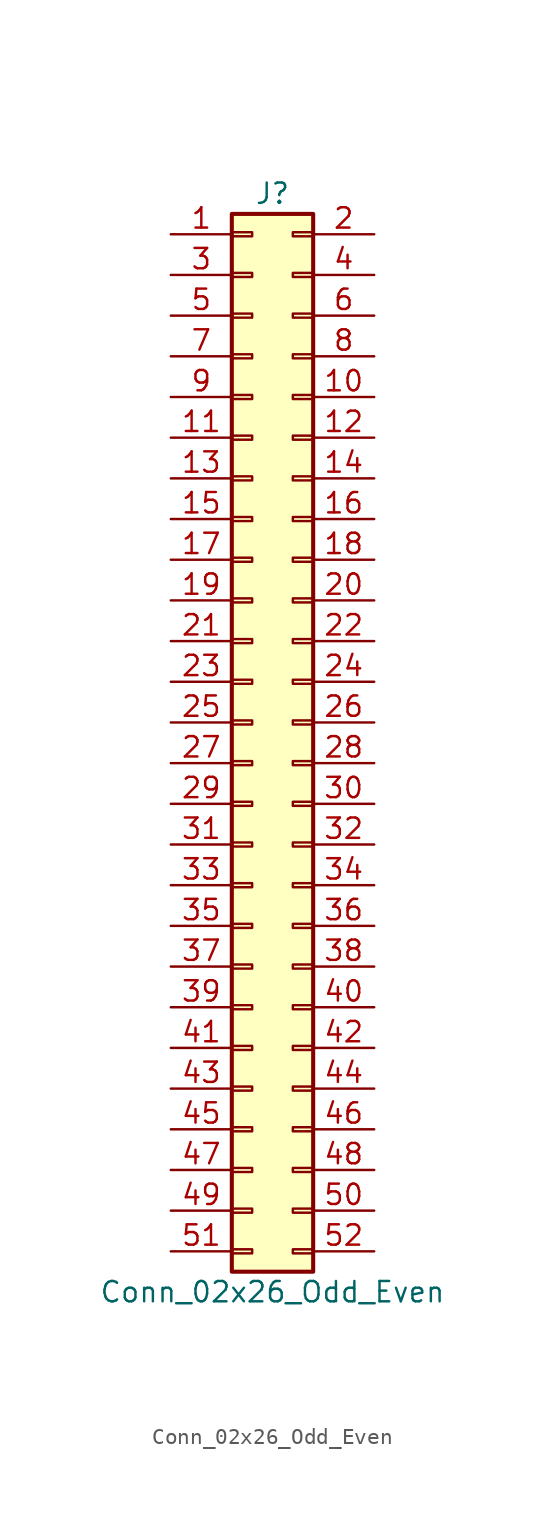
<source format=kicad_sym>
(kicad_symbol_lib
  (version 20211014)
  (generator kicad_symbol_editor)
  (symbol "Conn_02x26_Odd_Even"
    (pin_names
      (offset 1.016) hide)
    (property "Reference" "J"
      (at 1.27 33.02 0)
      (effects (font (size 1.27 1.27))))
    (property "Value" "Conn_02x26_Odd_Even"
      (at 1.27 -35.56 0)
      (effects (font (size 1.27 1.27))))
    (symbol "Conn_02x26_Odd_Even_1_1"
      (rectangle (start -1.27 -32.893) (end 0 -33.147) (stroke (width 0.152) (type default) (color 0 0 0 0)) (fill (type none)))
      (rectangle (start -1.27 -30.353) (end 0 -30.607) (stroke (width 0.152) (type default) (color 0 0 0 0)) (fill (type none)))
      (rectangle (start -1.27 -27.813) (end 0 -28.067) (stroke (width 0.152) (type default) (color 0 0 0 0)) (fill (type none)))
      (rectangle (start -1.27 -25.273) (end 0 -25.527) (stroke (width 0.152) (type default) (color 0 0 0 0)) (fill (type none)))
      (rectangle (start -1.27 -22.733) (end 0 -22.987) (stroke (width 0.152) (type default) (color 0 0 0 0)) (fill (type none)))
      (rectangle (start -1.27 -20.193) (end 0 -20.447) (stroke (width 0.152) (type default) (color 0 0 0 0)) (fill (type none)))
      (rectangle (start -1.27 -17.653) (end 0 -17.907) (stroke (width 0.152) (type default) (color 0 0 0 0)) (fill (type none)))
      (rectangle (start -1.27 -15.113) (end 0 -15.367) (stroke (width 0.152) (type default) (color 0 0 0 0)) (fill (type none)))
      (rectangle (start -1.27 -12.573) (end 0 -12.827) (stroke (width 0.152) (type default) (color 0 0 0 0)) (fill (type none)))
      (rectangle (start -1.27 -10.033) (end 0 -10.287) (stroke (width 0.152) (type default) (color 0 0 0 0)) (fill (type none)))
      (rectangle (start -1.27 -7.493) (end 0 -7.747) (stroke (width 0.152) (type default) (color 0 0 0 0)) (fill (type none)))
      (rectangle (start -1.27 -4.953) (end 0 -5.207) (stroke (width 0.152) (type default) (color 0 0 0 0)) (fill (type none)))
      (rectangle (start -1.27 -2.413) (end 0 -2.667) (stroke (width 0.152) (type default) (color 0 0 0 0)) (fill (type none)))
      (rectangle (start -1.27 0.127) (end 0 -0.127) (stroke (width 0.152) (type default) (color 0 0 0 0)) (fill (type none)))
      (rectangle (start -1.27 2.667) (end 0 2.413) (stroke (width 0.152) (type default) (color 0 0 0 0)) (fill (type none)))
      (rectangle (start -1.27 5.207) (end 0 4.953) (stroke (width 0.152) (type default) (color 0 0 0 0)) (fill (type none)))
      (rectangle (start -1.27 7.747) (end 0 7.493) (stroke (width 0.152) (type default) (color 0 0 0 0)) (fill (type none)))
      (rectangle (start -1.27 10.287) (end 0 10.033) (stroke (width 0.152) (type default) (color 0 0 0 0)) (fill (type none)))
      (rectangle (start -1.27 12.827) (end 0 12.573) (stroke (width 0.152) (type default) (color 0 0 0 0)) (fill (type none)))
      (rectangle (start -1.27 15.367) (end 0 15.113) (stroke (width 0.152) (type default) (color 0 0 0 0)) (fill (type none)))
      (rectangle (start -1.27 17.907) (end 0 17.653) (stroke (width 0.152) (type default) (color 0 0 0 0)) (fill (type none)))
      (rectangle (start -1.27 20.447) (end 0 20.193) (stroke (width 0.152) (type default) (color 0 0 0 0)) (fill (type none)))
      (rectangle (start -1.27 22.987) (end 0 22.733) (stroke (width 0.152) (type default) (color 0 0 0 0)) (fill (type none)))
      (rectangle (start -1.27 25.527) (end 0 25.273) (stroke (width 0.152) (type default) (color 0 0 0 0)) (fill (type none)))
      (rectangle (start -1.27 28.067) (end 0 27.813) (stroke (width 0.152) (type default) (color 0 0 0 0)) (fill (type none)))
      (rectangle (start -1.27 30.607) (end 0 30.353) (stroke (width 0.152) (type default) (color 0 0 0 0)) (fill (type none)))
      (rectangle (start -1.27 31.75) (end 3.81 -34.29) (stroke (width 0.254) (type default) (color 0 0 0 0)) (fill (type background)))
      (rectangle (start 3.81 -32.893) (end 2.54 -33.147) (stroke (width 0.152) (type default) (color 0 0 0 0)) (fill (type none)))
      (rectangle (start 3.81 -30.353) (end 2.54 -30.607) (stroke (width 0.152) (type default) (color 0 0 0 0)) (fill (type none)))
      (rectangle (start 3.81 -27.813) (end 2.54 -28.067) (stroke (width 0.152) (type default) (color 0 0 0 0)) (fill (type none)))
      (rectangle (start 3.81 -25.273) (end 2.54 -25.527) (stroke (width 0.152) (type default) (color 0 0 0 0)) (fill (type none)))
      (rectangle (start 3.81 -22.733) (end 2.54 -22.987) (stroke (width 0.152) (type default) (color 0 0 0 0)) (fill (type none)))
      (rectangle (start 3.81 -20.193) (end 2.54 -20.447) (stroke (width 0.152) (type default) (color 0 0 0 0)) (fill (type none)))
      (rectangle (start 3.81 -17.653) (end 2.54 -17.907) (stroke (width 0.152) (type default) (color 0 0 0 0)) (fill (type none)))
      (rectangle (start 3.81 -15.113) (end 2.54 -15.367) (stroke (width 0.152) (type default) (color 0 0 0 0)) (fill (type none)))
      (rectangle (start 3.81 -12.573) (end 2.54 -12.827) (stroke (width 0.152) (type default) (color 0 0 0 0)) (fill (type none)))
      (rectangle (start 3.81 -10.033) (end 2.54 -10.287) (stroke (width 0.152) (type default) (color 0 0 0 0)) (fill (type none)))
      (rectangle (start 3.81 -7.493) (end 2.54 -7.747) (stroke (width 0.152) (type default) (color 0 0 0 0)) (fill (type none)))
      (rectangle (start 3.81 -4.953) (end 2.54 -5.207) (stroke (width 0.152) (type default) (color 0 0 0 0)) (fill (type none)))
      (rectangle (start 3.81 -2.413) (end 2.54 -2.667) (stroke (width 0.152) (type default) (color 0 0 0 0)) (fill (type none)))
      (rectangle (start 3.81 0.127) (end 2.54 -0.127) (stroke (width 0.152) (type default) (color 0 0 0 0)) (fill (type none)))
      (rectangle (start 3.81 2.667) (end 2.54 2.413) (stroke (width 0.152) (type default) (color 0 0 0 0)) (fill (type none)))
      (rectangle (start 3.81 5.207) (end 2.54 4.953) (stroke (width 0.152) (type default) (color 0 0 0 0)) (fill (type none)))
      (rectangle (start 3.81 7.747) (end 2.54 7.493) (stroke (width 0.152) (type default) (color 0 0 0 0)) (fill (type none)))
      (rectangle (start 3.81 10.287) (end 2.54 10.033) (stroke (width 0.152) (type default) (color 0 0 0 0)) (fill (type none)))
      (rectangle (start 3.81 12.827) (end 2.54 12.573) (stroke (width 0.152) (type default) (color 0 0 0 0)) (fill (type none)))
      (rectangle (start 3.81 15.367) (end 2.54 15.113) (stroke (width 0.152) (type default) (color 0 0 0 0)) (fill (type none)))
      (rectangle (start 3.81 17.907) (end 2.54 17.653) (stroke (width 0.152) (type default) (color 0 0 0 0)) (fill (type none)))
      (rectangle (start 3.81 20.447) (end 2.54 20.193) (stroke (width 0.152) (type default) (color 0 0 0 0)) (fill (type none)))
      (rectangle (start 3.81 22.987) (end 2.54 22.733) (stroke (width 0.152) (type default) (color 0 0 0 0)) (fill (type none)))
      (rectangle (start 3.81 25.527) (end 2.54 25.273) (stroke (width 0.152) (type default) (color 0 0 0 0)) (fill (type none)))
      (rectangle (start 3.81 28.067) (end 2.54 27.813) (stroke (width 0.152) (type default) (color 0 0 0 0)) (fill (type none)))
      (rectangle (start 3.81 30.607) (end 2.54 30.353) (stroke (width 0.152) (type default) (color 0 0 0 0)) (fill (type none)))
      (pin passive line (at -5.08 30.48 0) (length 3.81) (name "Pin_1" (effects (font (size 1.27 1.27)))) (number "1" (effects (font (size 1.27 1.27)))))
      (pin passive line (at 7.62 20.32 180) (length 3.81) (name "Pin_10" (effects (font (size 1.27 1.27)))) (number "10" (effects (font (size 1.27 1.27)))))
      (pin passive line (at -5.08 17.78 0) (length 3.81) (name "Pin_11" (effects (font (size 1.27 1.27)))) (number "11" (effects (font (size 1.27 1.27)))))
      (pin passive line (at 7.62 17.78 180) (length 3.81) (name "Pin_12" (effects (font (size 1.27 1.27)))) (number "12" (effects (font (size 1.27 1.27)))))
      (pin passive line (at -5.08 15.24 0) (length 3.81) (name "Pin_13" (effects (font (size 1.27 1.27)))) (number "13" (effects (font (size 1.27 1.27)))))
      (pin passive line (at 7.62 15.24 180) (length 3.81) (name "Pin_14" (effects (font (size 1.27 1.27)))) (number "14" (effects (font (size 1.27 1.27)))))
      (pin passive line (at -5.08 12.7 0) (length 3.81) (name "Pin_15" (effects (font (size 1.27 1.27)))) (number "15" (effects (font (size 1.27 1.27)))))
      (pin passive line (at 7.62 12.7 180) (length 3.81) (name "Pin_16" (effects (font (size 1.27 1.27)))) (number "16" (effects (font (size 1.27 1.27)))))
      (pin passive line (at -5.08 10.16 0) (length 3.81) (name "Pin_17" (effects (font (size 1.27 1.27)))) (number "17" (effects (font (size 1.27 1.27)))))
      (pin passive line (at 7.62 10.16 180) (length 3.81) (name "Pin_18" (effects (font (size 1.27 1.27)))) (number "18" (effects (font (size 1.27 1.27)))))
      (pin passive line (at -5.08 7.62 0) (length 3.81) (name "Pin_19" (effects (font (size 1.27 1.27)))) (number "19" (effects (font (size 1.27 1.27)))))
      (pin passive line (at 7.62 30.48 180) (length 3.81) (name "Pin_2" (effects (font (size 1.27 1.27)))) (number "2" (effects (font (size 1.27 1.27)))))
      (pin passive line (at 7.62 7.62 180) (length 3.81) (name "Pin_20" (effects (font (size 1.27 1.27)))) (number "20" (effects (font (size 1.27 1.27)))))
      (pin passive line (at -5.08 5.08 0) (length 3.81) (name "Pin_21" (effects (font (size 1.27 1.27)))) (number "21" (effects (font (size 1.27 1.27)))))
      (pin passive line (at 7.62 5.08 180) (length 3.81) (name "Pin_22" (effects (font (size 1.27 1.27)))) (number "22" (effects (font (size 1.27 1.27)))))
      (pin passive line (at -5.08 2.54 0) (length 3.81) (name "Pin_23" (effects (font (size 1.27 1.27)))) (number "23" (effects (font (size 1.27 1.27)))))
      (pin passive line (at 7.62 2.54 180) (length 3.81) (name "Pin_24" (effects (font (size 1.27 1.27)))) (number "24" (effects (font (size 1.27 1.27)))))
      (pin passive line (at -5.08 0 0) (length 3.81) (name "Pin_25" (effects (font (size 1.27 1.27)))) (number "25" (effects (font (size 1.27 1.27)))))
      (pin passive line (at 7.62 0 180) (length 3.81) (name "Pin_26" (effects (font (size 1.27 1.27)))) (number "26" (effects (font (size 1.27 1.27)))))
      (pin passive line (at -5.08 -2.54 0) (length 3.81) (name "Pin_27" (effects (font (size 1.27 1.27)))) (number "27" (effects (font (size 1.27 1.27)))))
      (pin passive line (at 7.62 -2.54 180) (length 3.81) (name "Pin_28" (effects (font (size 1.27 1.27)))) (number "28" (effects (font (size 1.27 1.27)))))
      (pin passive line (at -5.08 -5.08 0) (length 3.81) (name "Pin_29" (effects (font (size 1.27 1.27)))) (number "29" (effects (font (size 1.27 1.27)))))
      (pin passive line (at -5.08 27.94 0) (length 3.81) (name "Pin_3" (effects (font (size 1.27 1.27)))) (number "3" (effects (font (size 1.27 1.27)))))
      (pin passive line (at 7.62 -5.08 180) (length 3.81) (name "Pin_30" (effects (font (size 1.27 1.27)))) (number "30" (effects (font (size 1.27 1.27)))))
      (pin passive line (at -5.08 -7.62 0) (length 3.81) (name "Pin_31" (effects (font (size 1.27 1.27)))) (number "31" (effects (font (size 1.27 1.27)))))
      (pin passive line (at 7.62 -7.62 180) (length 3.81) (name "Pin_32" (effects (font (size 1.27 1.27)))) (number "32" (effects (font (size 1.27 1.27)))))
      (pin passive line (at -5.08 -10.16 0) (length 3.81) (name "Pin_33" (effects (font (size 1.27 1.27)))) (number "33" (effects (font (size 1.27 1.27)))))
      (pin passive line (at 7.62 -10.16 180) (length 3.81) (name "Pin_34" (effects (font (size 1.27 1.27)))) (number "34" (effects (font (size 1.27 1.27)))))
      (pin passive line (at -5.08 -12.7 0) (length 3.81) (name "Pin_35" (effects (font (size 1.27 1.27)))) (number "35" (effects (font (size 1.27 1.27)))))
      (pin passive line (at 7.62 -12.7 180) (length 3.81) (name "Pin_36" (effects (font (size 1.27 1.27)))) (number "36" (effects (font (size 1.27 1.27)))))
      (pin passive line (at -5.08 -15.24 0) (length 3.81) (name "Pin_37" (effects (font (size 1.27 1.27)))) (number "37" (effects (font (size 1.27 1.27)))))
      (pin passive line (at 7.62 -15.24 180) (length 3.81) (name "Pin_38" (effects (font (size 1.27 1.27)))) (number "38" (effects (font (size 1.27 1.27)))))
      (pin passive line (at -5.08 -17.78 0) (length 3.81) (name "Pin_39" (effects (font (size 1.27 1.27)))) (number "39" (effects (font (size 1.27 1.27)))))
      (pin passive line (at 7.62 27.94 180) (length 3.81) (name "Pin_4" (effects (font (size 1.27 1.27)))) (number "4" (effects (font (size 1.27 1.27)))))
      (pin passive line (at 7.62 -17.78 180) (length 3.81) (name "Pin_40" (effects (font (size 1.27 1.27)))) (number "40" (effects (font (size 1.27 1.27)))))
      (pin passive line (at -5.08 -20.32 0) (length 3.81) (name "Pin_41" (effects (font (size 1.27 1.27)))) (number "41" (effects (font (size 1.27 1.27)))))
      (pin passive line (at 7.62 -20.32 180) (length 3.81) (name "Pin_42" (effects (font (size 1.27 1.27)))) (number "42" (effects (font (size 1.27 1.27)))))
      (pin passive line (at -5.08 -22.86 0) (length 3.81) (name "Pin_43" (effects (font (size 1.27 1.27)))) (number "43" (effects (font (size 1.27 1.27)))))
      (pin passive line (at 7.62 -22.86 180) (length 3.81) (name "Pin_44" (effects (font (size 1.27 1.27)))) (number "44" (effects (font (size 1.27 1.27)))))
      (pin passive line (at -5.08 -25.4 0) (length 3.81) (name "Pin_45" (effects (font (size 1.27 1.27)))) (number "45" (effects (font (size 1.27 1.27)))))
      (pin passive line (at 7.62 -25.4 180) (length 3.81) (name "Pin_46" (effects (font (size 1.27 1.27)))) (number "46" (effects (font (size 1.27 1.27)))))
      (pin passive line (at -5.08 -27.94 0) (length 3.81) (name "Pin_47" (effects (font (size 1.27 1.27)))) (number "47" (effects (font (size 1.27 1.27)))))
      (pin passive line (at 7.62 -27.94 180) (length 3.81) (name "Pin_48" (effects (font (size 1.27 1.27)))) (number "48" (effects (font (size 1.27 1.27)))))
      (pin passive line (at -5.08 -30.48 0) (length 3.81) (name "Pin_49" (effects (font (size 1.27 1.27)))) (number "49" (effects (font (size 1.27 1.27)))))
      (pin passive line (at -5.08 25.4 0) (length 3.81) (name "Pin_5" (effects (font (size 1.27 1.27)))) (number "5" (effects (font (size 1.27 1.27)))))
      (pin passive line (at 7.62 -30.48 180) (length 3.81) (name "Pin_50" (effects (font (size 1.27 1.27)))) (number "50" (effects (font (size 1.27 1.27)))))
      (pin passive line (at -5.08 -33.02 0) (length 3.81) (name "Pin_51" (effects (font (size 1.27 1.27)))) (number "51" (effects (font (size 1.27 1.27)))))
      (pin passive line (at 7.62 -33.02 180) (length 3.81) (name "Pin_52" (effects (font (size 1.27 1.27)))) (number "52" (effects (font (size 1.27 1.27)))))
      (pin passive line (at 7.62 25.4 180) (length 3.81) (name "Pin_6" (effects (font (size 1.27 1.27)))) (number "6" (effects (font (size 1.27 1.27)))))
      (pin passive line (at -5.08 22.86 0) (length 3.81) (name "Pin_7" (effects (font (size 1.27 1.27)))) (number "7" (effects (font (size 1.27 1.27)))))
      (pin passive line (at 7.62 22.86 180) (length 3.81) (name "Pin_8" (effects (font (size 1.27 1.27)))) (number "8" (effects (font (size 1.27 1.27)))))
      (pin passive line (at -5.08 20.32 0) (length 3.81) (name "Pin_9" (effects (font (size 1.27 1.27)))) (number "9" (effects (font (size 1.27 1.27))))))))
</source>
